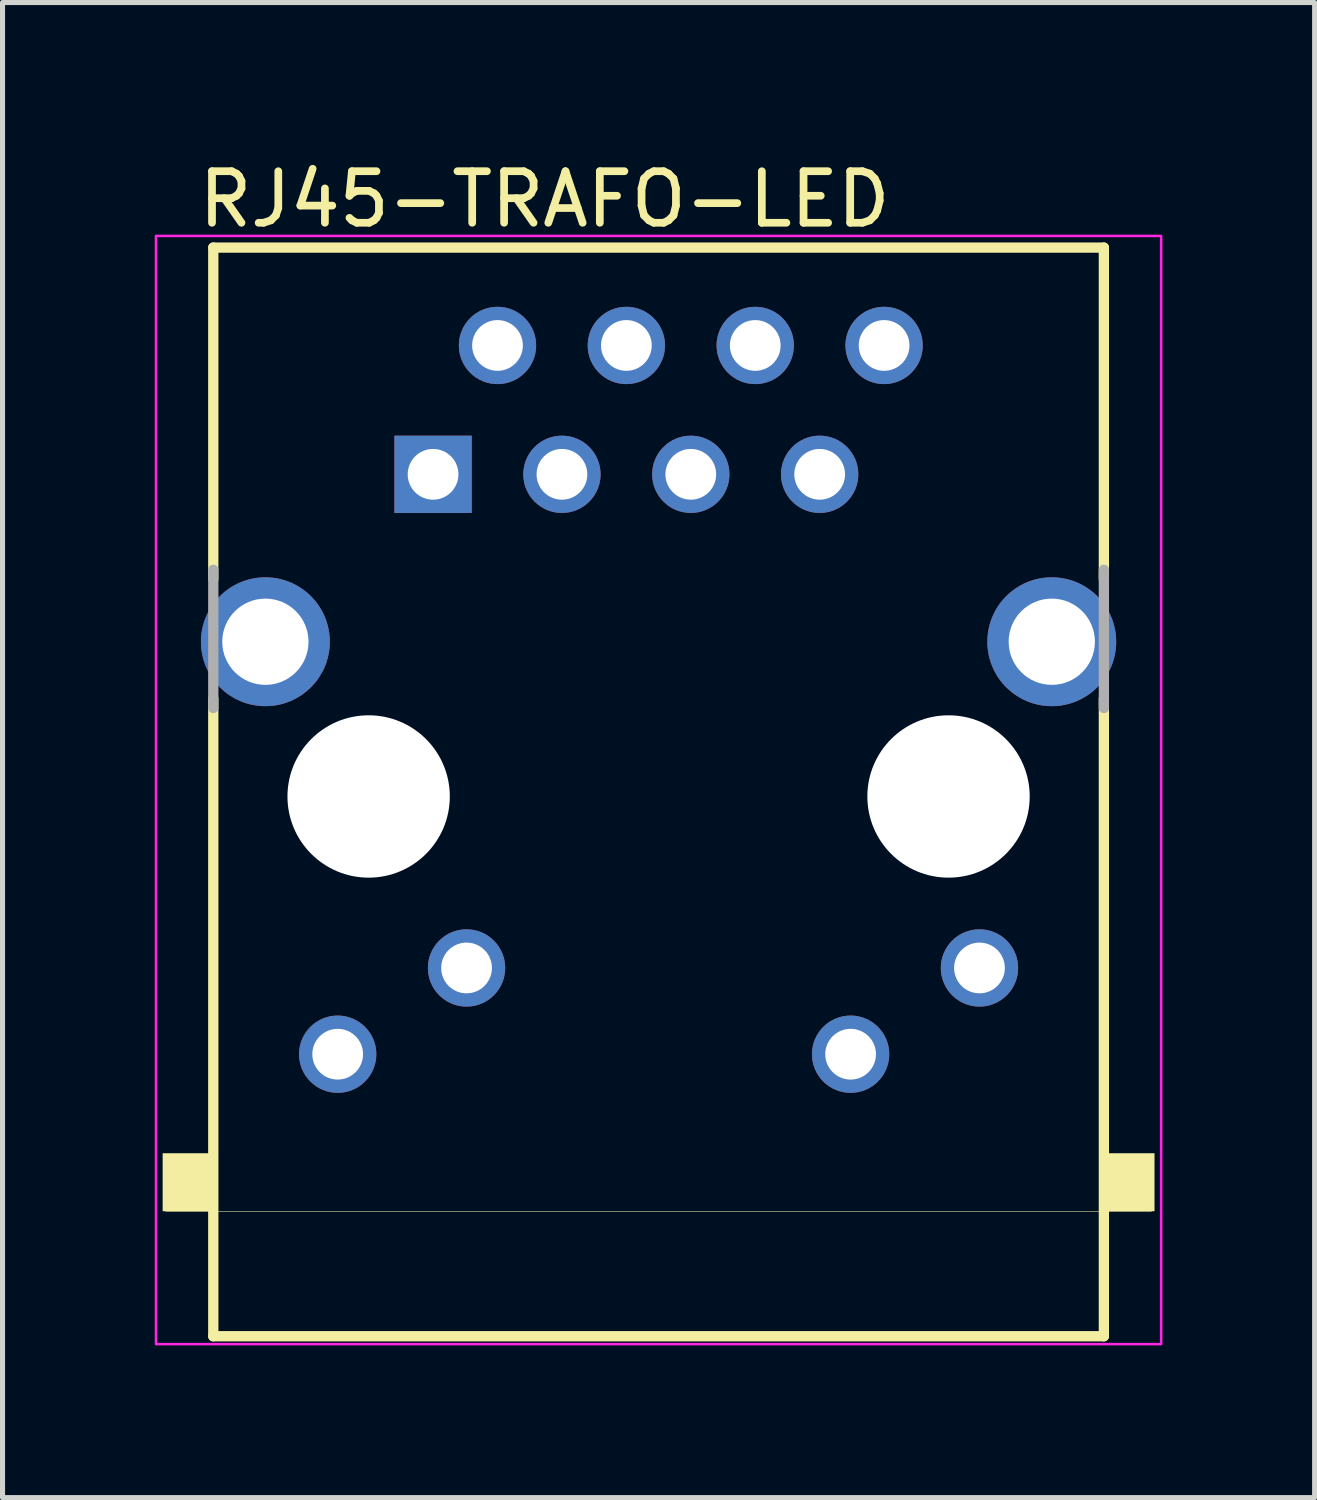
<source format=kicad_pcb>
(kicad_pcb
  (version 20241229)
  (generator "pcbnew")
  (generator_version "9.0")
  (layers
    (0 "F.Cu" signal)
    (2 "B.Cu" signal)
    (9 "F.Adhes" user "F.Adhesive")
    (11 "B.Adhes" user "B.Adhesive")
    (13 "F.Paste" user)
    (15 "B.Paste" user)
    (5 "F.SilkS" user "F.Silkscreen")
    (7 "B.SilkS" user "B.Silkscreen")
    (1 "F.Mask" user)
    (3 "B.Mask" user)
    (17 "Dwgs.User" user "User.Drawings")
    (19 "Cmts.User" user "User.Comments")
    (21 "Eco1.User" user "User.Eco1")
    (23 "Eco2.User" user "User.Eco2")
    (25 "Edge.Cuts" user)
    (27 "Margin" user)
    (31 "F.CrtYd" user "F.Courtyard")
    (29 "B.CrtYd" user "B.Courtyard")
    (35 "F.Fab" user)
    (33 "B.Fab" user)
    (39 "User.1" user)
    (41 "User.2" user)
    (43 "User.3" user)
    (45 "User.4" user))
  (footprint "RJ45-TRAFO-LED"
    (layer "F.Cu")
    (at 9.931 12.649)
    (property "Reference" "RJ45-TRAFO-LED" (at -9.144 -11.176 0) (layer "F.SilkS") (effects (font (size 1.016 1.016) (thickness 0.152)) (justify left bottom)))
    (attr through_hole)
    (fp_line (start -8.777 -10.819) (end 8.777 -10.819) (stroke (width 0.203) (type solid)) (layer "F.SilkS"))
    (fp_line (start -8.777 -4.283) (end -8.777 -10.819) (stroke (width 0.203) (type solid)) (layer "F.SilkS"))
    (fp_line (start -8.777 10.639) (end -8.777 -1.929) (stroke (width 0.203) (type solid)) (layer "F.SilkS"))
    (fp_line (start 8.777 -10.819) (end 8.777 -4.283) (stroke (width 0.203) (type solid)) (layer "F.SilkS"))
    (fp_line (start 8.777 -1.929) (end 8.777 10.639) (stroke (width 0.203) (type solid)) (layer "F.SilkS"))
    (fp_line (start 8.777 10.639) (end -8.777 10.639) (stroke (width 0.203) (type solid)) (layer "F.SilkS"))
    (fp_line (start 9.716 8.18) (end -9.716 8.18) (stroke (width 0.01) (type solid)) (layer "F.SilkS"))
    (fp_poly (pts (xy -9.775 8.175) (xy -8.85 8.175) (xy -8.85 7.032) (xy -9.775 7.032)) (stroke (width 0) (type default)) (fill yes) (layer "F.SilkS"))
    (fp_poly (pts (xy 8.85 8.175) (xy 9.775 8.175) (xy 9.775 7.032) (xy 8.85 7.032)) (stroke (width 0) (type default)) (fill yes) (layer "F.SilkS"))
    (fp_rect (start -9.906 -11.049) (end 9.906 10.795) (stroke (width 0.05) (type default)) (fill no) (layer "F.CrtYd"))
    (fp_line (start -8.777 -1.743) (end -8.777 -4.469) (stroke (width 0.203) (type solid)) (layer "F.Fab"))
    (fp_line (start 8.777 -4.469) (end 8.777 -1.743) (stroke (width 0.203) (type solid)) (layer "F.Fab"))
    (pad "" np_thru_hole circle (at -5.715 0) (size 3.2 3.2) (drill 3.2) (layers "*.Cu" "*.Mask"))
    (pad "" np_thru_hole circle (at 5.715 0) (size 3.2 3.2) (drill 3.2) (layers "*.Cu" "*.Mask"))
    (pad "1" thru_hole rect (at -4.445 -6.35) (size 1.524 1.524) (drill 1) (layers "*.Cu" "*.Mask"))
    (pad "2" thru_hole circle (at -3.175 -8.89) (size 1.524 1.524) (drill 1) (layers "*.Cu" "*.Mask"))
    (pad "3" thru_hole circle (at -1.905 -6.35) (size 1.524 1.524) (drill 1) (layers "*.Cu" "*.Mask"))
    (pad "4" thru_hole circle (at -0.635 -8.89) (size 1.524 1.524) (drill 1) (layers "*.Cu" "*.Mask"))
    (pad "5" thru_hole circle (at 0.635 -6.35) (size 1.524 1.524) (drill 1) (layers "*.Cu" "*.Mask"))
    (pad "6" thru_hole circle (at 1.905 -8.89) (size 1.524 1.524) (drill 1) (layers "*.Cu" "*.Mask"))
    (pad "7" thru_hole circle (at 3.175 -6.35) (size 1.524 1.524) (drill 1) (layers "*.Cu" "*.Mask"))
    (pad "8" thru_hole circle (at 4.445 -8.89) (size 1.524 1.524) (drill 1) (layers "*.Cu" "*.Mask"))
    (pad "9" thru_hole circle (at -6.325 5.08) (size 1.524 1.524) (drill 1) (layers "*.Cu" "*.Mask"))
    (pad "10" thru_hole circle (at -3.785 3.38) (size 1.524 1.524) (drill 1) (layers "*.Cu" "*.Mask"))
    (pad "11" thru_hole circle (at 3.785 5.08) (size 1.524 1.524) (drill 1) (layers "*.Cu" "*.Mask"))
    (pad "12" thru_hole circle (at 6.325 3.38) (size 1.524 1.524) (drill 1) (layers "*.Cu" "*.Mask"))
    (pad "SH" thru_hole circle (at -7.75 -3.05) (size 2.54 2.54) (drill 1.7) (layers "*.Cu" "*.Mask"))
    (pad "SH2" thru_hole circle (at 7.75 -3.05) (size 2.54 2.54) (drill 1.7) (layers "*.Cu" "*.Mask")))
  (gr_rect
    (start -3 -3)
    (end 22.862 26.469)
    (stroke (width 0.1) (type default))
    (fill no)
    (layer "Edge.Cuts")))
</source>
